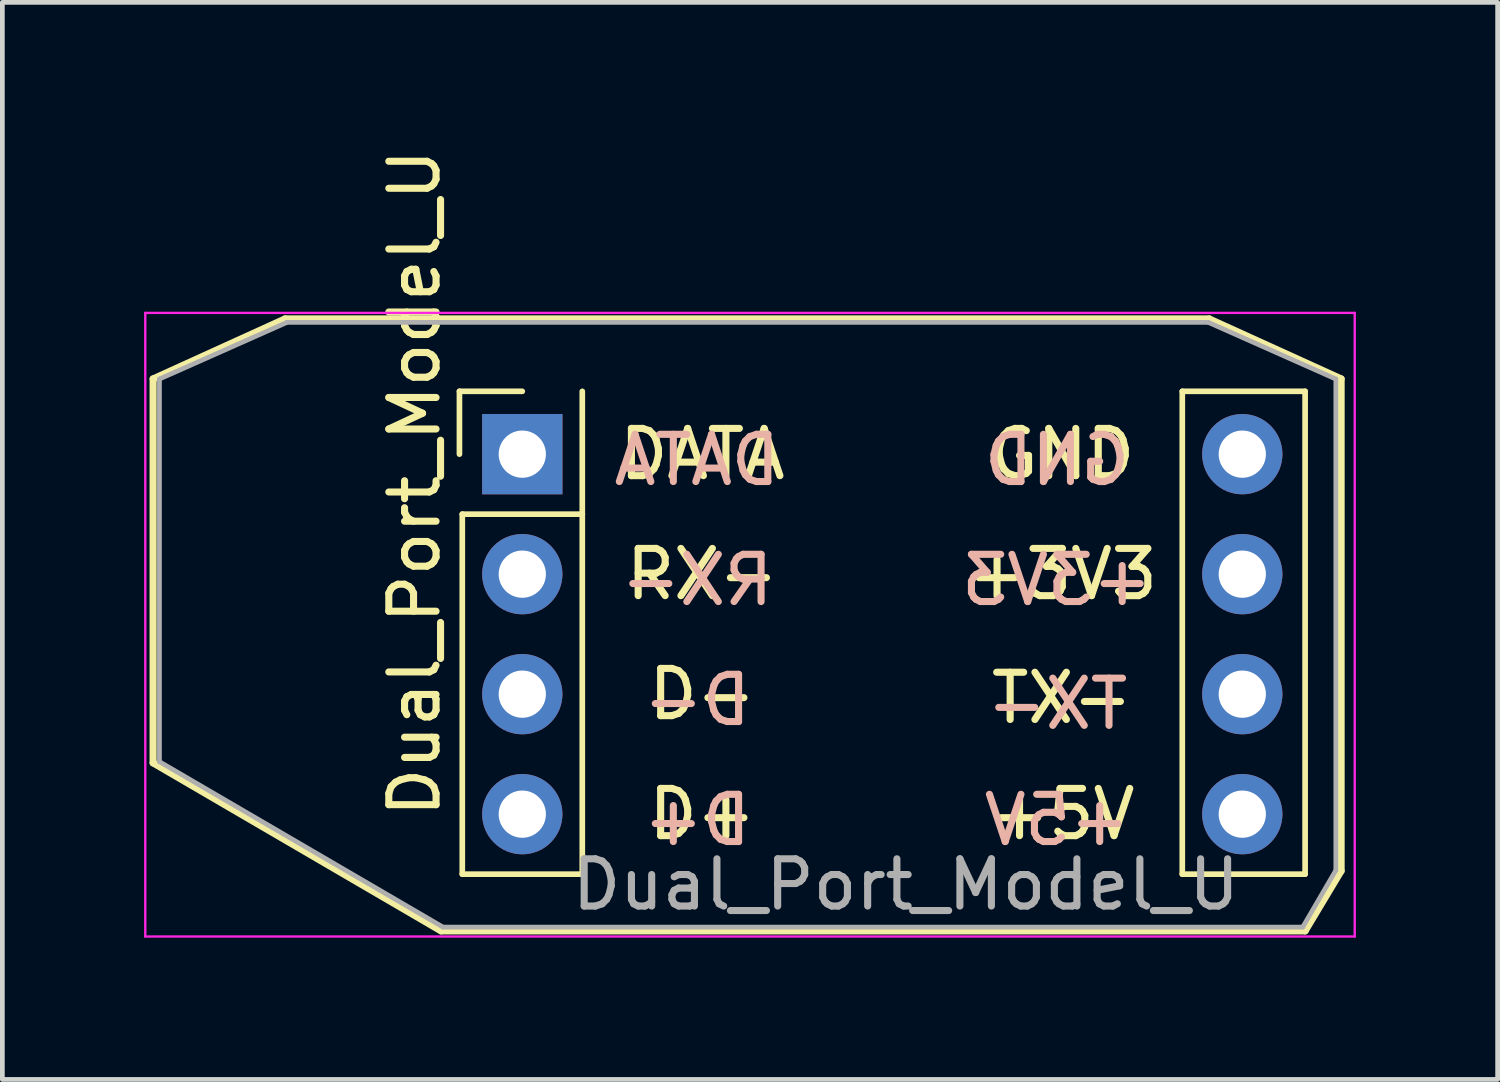
<source format=kicad_pcb>
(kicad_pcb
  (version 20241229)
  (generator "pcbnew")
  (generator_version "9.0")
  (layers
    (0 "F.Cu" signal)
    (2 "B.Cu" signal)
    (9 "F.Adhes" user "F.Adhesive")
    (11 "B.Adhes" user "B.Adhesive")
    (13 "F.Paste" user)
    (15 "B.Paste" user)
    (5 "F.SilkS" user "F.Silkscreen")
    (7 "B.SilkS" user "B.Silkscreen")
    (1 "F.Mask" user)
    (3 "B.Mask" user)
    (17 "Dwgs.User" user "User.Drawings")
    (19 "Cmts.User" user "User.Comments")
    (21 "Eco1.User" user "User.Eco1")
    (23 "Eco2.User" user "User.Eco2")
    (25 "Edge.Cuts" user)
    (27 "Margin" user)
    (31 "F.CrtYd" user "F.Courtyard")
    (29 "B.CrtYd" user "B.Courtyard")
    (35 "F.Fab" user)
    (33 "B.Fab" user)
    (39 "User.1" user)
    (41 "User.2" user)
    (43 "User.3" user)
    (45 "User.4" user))
  (footprint "Dual_Port_Model_U"
    (layer "F.Cu")
    (at 15.625 10.373)
    (property "Reference" "Dual_Port_Model_U" (at -9.9 -3.2 90) (layer "F.SilkS") (effects (font (size 1 1) (thickness 0.15))))
    (attr through_hole)
    (fp_line (start -15.434 -5.403) (end -12.64 -6.673) (stroke (width 0.15) (type solid)) (layer "F.SilkS"))
    (fp_line (start -15.434 2.725) (end -15.434 -5.403) (stroke (width 0.15) (type solid)) (layer "F.SilkS"))
    (fp_line (start -9.338 6.281) (end -15.434 2.725) (stroke (width 0.15) (type solid)) (layer "F.SilkS"))
    (fp_line (start -8.95 -5.14) (end -8.95 -3.81) (stroke (width 0.12) (type solid)) (layer "F.SilkS"))
    (fp_line (start -8.89 -2.54) (end -8.89 5.08) (stroke (width 0.12) (type solid)) (layer "F.SilkS"))
    (fp_line (start -8.89 5.08) (end -6.35 5.08) (stroke (width 0.12) (type solid)) (layer "F.SilkS"))
    (fp_line (start -7.62 -5.14) (end -8.95 -5.14) (stroke (width 0.12) (type solid)) (layer "F.SilkS"))
    (fp_line (start -6.35 -5.14) (end -6.35 -2.54) (stroke (width 0.12) (type solid)) (layer "F.SilkS"))
    (fp_line (start -6.35 -2.54) (end -8.89 -2.54) (stroke (width 0.12) (type solid)) (layer "F.SilkS"))
    (fp_line (start -6.35 -2.54) (end -6.35 5.08) (stroke (width 0.12) (type solid)) (layer "F.SilkS"))
    (fp_line (start 6.35 -5.14) (end 6.35 5.08) (stroke (width 0.12) (type solid)) (layer "F.SilkS"))
    (fp_line (start 6.35 5.08) (end 8.95 5.08) (stroke (width 0.12) (type solid)) (layer "F.SilkS"))
    (fp_line (start 6.918 -6.673) (end -12.64 -6.673) (stroke (width 0.15) (type solid)) (layer "F.SilkS"))
    (fp_line (start 8.95 -5.14) (end 6.35 -5.14) (stroke (width 0.12) (type solid)) (layer "F.SilkS"))
    (fp_line (start 8.95 -5.14) (end 8.95 5.08) (stroke (width 0.12) (type solid)) (layer "F.SilkS"))
    (fp_line (start 8.95 6.281) (end -9.338 6.281) (stroke (width 0.15) (type solid)) (layer "F.SilkS"))
    (fp_line (start 8.95 6.281) (end 9.712 5.011) (stroke (width 0.15) (type solid)) (layer "F.SilkS"))
    (fp_line (start 9.712 -5.403) (end 6.918 -6.673) (stroke (width 0.15) (type solid)) (layer "F.SilkS"))
    (fp_line (start 9.712 5.011) (end 9.712 -5.403) (stroke (width 0.15) (type solid)) (layer "F.SilkS"))
    (fp_line (start -15.6 -6.8) (end -15.6 6.4) (stroke (width 0.05) (type solid)) (layer "F.CrtYd"))
    (fp_line (start -15.6 6.4) (end 10 6.4) (stroke (width 0.05) (type solid)) (layer "F.CrtYd"))
    (fp_line (start 10 -6.8) (end -15.6 -6.8) (stroke (width 0.05) (type solid)) (layer "F.CrtYd"))
    (fp_line (start 10 6.4) (end 10 -6.8) (stroke (width 0.05) (type solid)) (layer "F.CrtYd"))
    (fp_line (start -15.3 -5.4) (end -12.6 -6.6) (stroke (width 0.1) (type solid)) (layer "F.Fab"))
    (fp_line (start -15.3 2.7) (end -15.3 -5.4) (stroke (width 0.1) (type solid)) (layer "F.Fab"))
    (fp_line (start -12.6 -6.6) (end 6.9 -6.6) (stroke (width 0.1) (type solid)) (layer "F.Fab"))
    (fp_line (start -9.3 6.2) (end -15.3 2.7) (stroke (width 0.1) (type solid)) (layer "F.Fab"))
    (fp_line (start 6.9 -6.6) (end 9.6 -5.4) (stroke (width 0.1) (type solid)) (layer "F.Fab"))
    (fp_line (start 8.9 6.2) (end -9.3 6.2) (stroke (width 0.1) (type solid)) (layer "F.Fab"))
    (fp_line (start 9.6 -5.4) (end 9.6 5) (stroke (width 0.1) (type solid)) (layer "F.Fab"))
    (fp_line (start 9.6 5) (end 8.9 6.2) (stroke (width 0.1) (type solid)) (layer "F.Fab"))
    (fp_text user "D-" (at -3.81 1.27 0) (unlocked yes) (layer "F.SilkS") (effects (font (size 1 1) (thickness 0.15))))
    (fp_text user "D+" (at -3.81 3.81 0) (unlocked yes) (layer "F.SilkS") (effects (font (size 1 1) (thickness 0.15))))
    (fp_text user "RX-" (at -3.81 -1.27 0) (unlocked yes) (layer "F.SilkS") (effects (font (size 1 1) (thickness 0.15))))
    (fp_text user "+3V3" (at 3.81 -1.27 0) (unlocked yes) (layer "F.SilkS") (effects (font (size 1 1) (thickness 0.15))))
    (fp_text user "+5V" (at 3.81 3.81 0) (unlocked yes) (layer "F.SilkS") (effects (font (size 1 1) (thickness 0.15))))
    (fp_text user "TX-" (at 3.802 1.351 0) (unlocked yes) (layer "F.SilkS") (effects (font (size 1 1) (thickness 0.15))))
    (fp_text user "GND" (at 3.81 -3.81 0) (unlocked yes) (layer "F.SilkS") (effects (font (size 1 1) (thickness 0.15))))
    (fp_text user "DATA" (at -3.81 -3.81 0) (unlocked yes) (layer "F.SilkS") (effects (font (size 1 1) (thickness 0.15))))
    (fp_text user "D-" (at -3.923 1.395 0) (unlocked yes) (layer "B.SilkS") (effects (font (size 1 1) (thickness 0.15)) (justify mirror)))
    (fp_text user "DATA" (at -3.923 -3.685 0) (unlocked yes) (layer "B.SilkS") (effects (font (size 1 1) (thickness 0.15)) (justify mirror)))
    (fp_text user "+5V" (at 3.697 3.935 0) (unlocked yes) (layer "B.SilkS") (effects (font (size 1 1) (thickness 0.15)) (justify mirror)))
    (fp_text user "+3V3" (at 3.697 -1.145 0) (unlocked yes) (layer "B.SilkS") (effects (font (size 1 1) (thickness 0.15)) (justify mirror)))
    (fp_text user "TX-" (at 3.704 1.476 0) (unlocked yes) (layer "B.SilkS") (effects (font (size 1 1) (thickness 0.15)) (justify mirror)))
    (fp_text user "GND" (at 3.697 -3.685 0) (unlocked yes) (layer "B.SilkS") (effects (font (size 1 1) (thickness 0.15)) (justify mirror)))
    (fp_text user "RX-" (at -3.923 -1.145 0) (unlocked yes) (layer "B.SilkS") (effects (font (size 1 1) (thickness 0.15)) (justify mirror)))
    (fp_text user "D+" (at -3.923 3.935 0) (unlocked yes) (layer "B.SilkS") (effects (font (size 1 1) (thickness 0.15)) (justify mirror)))
    (fp_text user "${REFERENCE}" (at 0.5 5.3 180) (layer "F.Fab") (effects (font (size 1 1) (thickness 0.15))))
    (pad "1" thru_hole rect (at -7.62 -3.81) (size 1.7 1.7) (drill 1) (layers "*.Cu" "*.Mask"))
    (pad "2" thru_hole oval (at -7.62 -1.27) (size 1.7 1.7) (drill 1) (layers "*.Cu" "*.Mask"))
    (pad "3" thru_hole oval (at -7.62 1.27) (size 1.7 1.7) (drill 1) (layers "*.Cu" "*.Mask"))
    (pad "4" thru_hole oval (at -7.62 3.81) (size 1.7 1.7) (drill 1) (layers "*.Cu" "*.Mask"))
    (pad "5" thru_hole oval (at 7.62 3.81) (size 1.7 1.7) (drill 1) (layers "*.Cu" "*.Mask"))
    (pad "6" thru_hole oval (at 7.62 1.27) (size 1.7 1.7) (drill 1) (layers "*.Cu" "*.Mask"))
    (pad "7" thru_hole oval (at 7.62 -1.27) (size 1.7 1.7) (drill 1) (layers "*.Cu" "*.Mask"))
    (pad "8" thru_hole oval (at 7.62 -3.81) (size 1.7 1.7) (drill 1) (layers "*.Cu" "*.Mask")))
  (gr_rect
    (start -3 -3)
    (end 28.65 19.798)
    (stroke (width 0.1) (type default))
    (fill no)
    (layer "Edge.Cuts")))
</source>
